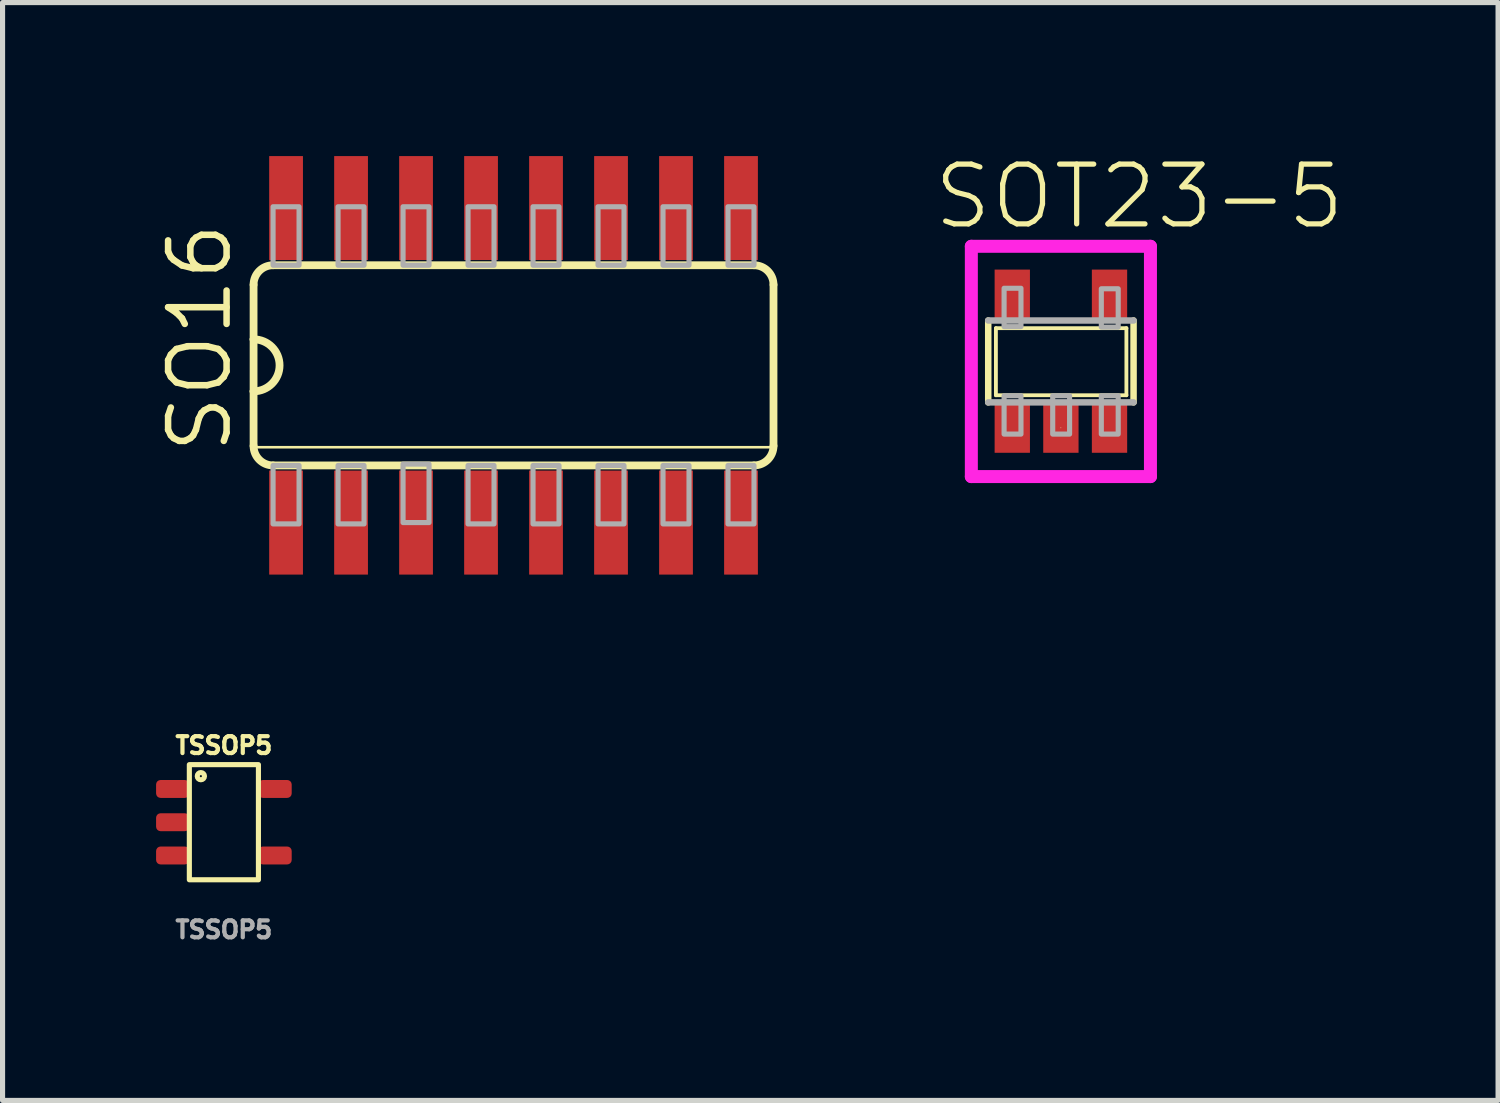
<source format=kicad_pcb>
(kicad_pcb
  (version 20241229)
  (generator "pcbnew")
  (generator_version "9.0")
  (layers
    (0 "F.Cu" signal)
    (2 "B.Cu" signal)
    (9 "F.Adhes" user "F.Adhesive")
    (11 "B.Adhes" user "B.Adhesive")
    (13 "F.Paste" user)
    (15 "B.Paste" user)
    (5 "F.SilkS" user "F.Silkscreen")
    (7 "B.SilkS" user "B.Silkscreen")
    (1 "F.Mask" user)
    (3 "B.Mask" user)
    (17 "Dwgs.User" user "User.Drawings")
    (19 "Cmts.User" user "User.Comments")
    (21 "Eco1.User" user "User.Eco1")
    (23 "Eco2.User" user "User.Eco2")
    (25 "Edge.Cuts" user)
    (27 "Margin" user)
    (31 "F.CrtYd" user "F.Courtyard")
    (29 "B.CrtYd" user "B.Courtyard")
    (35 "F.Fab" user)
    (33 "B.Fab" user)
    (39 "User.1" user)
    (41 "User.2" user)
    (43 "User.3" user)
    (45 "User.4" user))
  (footprint "SOT23-5"
    (layer "F.Cu")
    (at 17.681 4.013)
    (property "Reference" "SOT23-5" (at -2.54 -2.54 0) (layer "F.SilkS") (effects (font (size 1.168 1.168) (thickness 0.102)) (justify left bottom)))
    (fp_line (start -1.42 0.8) (end -1.42 -0.8) (stroke (width 0.127) (type solid)) (layer "F.SilkS"))
    (fp_line (start -1.27 -0.65) (end 1.28 -0.65) (stroke (width 0.075) (type solid)) (layer "F.SilkS"))
    (fp_line (start -1.27 0.66) (end -1.27 -0.65) (stroke (width 0.075) (type solid)) (layer "F.SilkS"))
    (fp_line (start 0 1.29) (end 0 1.3) (stroke (width 0.01) (type solid)) (layer "F.SilkS"))
    (fp_line (start 1.28 -0.65) (end 1.28 0.66) (stroke (width 0.075) (type solid)) (layer "F.SilkS"))
    (fp_line (start 1.28 0.66) (end -1.27 0.66) (stroke (width 0.075) (type solid)) (layer "F.SilkS"))
    (fp_line (start 1.42 -0.8) (end 1.42 0.8) (stroke (width 0.127) (type solid)) (layer "F.SilkS"))
    (fp_line (start -1.75 -2.25) (end 1.75 -2.25) (stroke (width 0.254) (type solid)) (layer "F.CrtYd"))
    (fp_line (start -1.75 2.25) (end -1.75 -2.25) (stroke (width 0.254) (type solid)) (layer "F.CrtYd"))
    (fp_line (start 1.75 -2.25) (end 1.75 2.25) (stroke (width 0.254) (type solid)) (layer "F.CrtYd"))
    (fp_line (start 1.75 2.25) (end -1.75 2.25) (stroke (width 0.254) (type solid)) (layer "F.CrtYd"))
    (fp_line (start -1.42 -0.8) (end 1.42 -0.8) (stroke (width 0.127) (type solid)) (layer "F.Fab"))
    (fp_line (start 1.42 0.8) (end -1.42 0.8) (stroke (width 0.127) (type solid)) (layer "F.Fab"))
    (fp_poly (pts (xy -1.11 -0.68) (xy -0.78 -0.68) (xy -0.78 -1.43) (xy -1.11 -1.43)) (stroke (width 0.1) (type default)) (fill no) (layer "F.Fab"))
    (fp_poly (pts (xy -1.11 1.42) (xy -0.78 1.42) (xy -0.78 0.67) (xy -1.11 0.67)) (stroke (width 0.1) (type default)) (fill no) (layer "F.Fab"))
    (fp_poly (pts (xy -0.16 1.42) (xy 0.17 1.42) (xy 0.17 0.67) (xy -0.16 0.67)) (stroke (width 0.1) (type default)) (fill no) (layer "F.Fab"))
    (fp_poly (pts (xy 0.79 -0.67) (xy 1.12 -0.67) (xy 1.12 -1.42) (xy 0.79 -1.42)) (stroke (width 0.1) (type default)) (fill no) (layer "F.Fab"))
    (fp_poly (pts (xy 0.79 1.42) (xy 1.12 1.42) (xy 1.12 0.67) (xy 0.79 0.67)) (stroke (width 0.1) (type default)) (fill no) (layer "F.Fab"))
    (pad "1" smd rect (at -0.95 1.29) (size 0.69 0.99) (layers "F.Cu" "F.Mask" "F.Paste"))
    (pad "2" smd rect (at 0 1.29) (size 0.69 0.99) (layers "F.Cu" "F.Mask" "F.Paste"))
    (pad "3" smd rect (at 0.95 1.29) (size 0.69 0.99) (layers "F.Cu" "F.Mask" "F.Paste"))
    (pad "4" smd rect (at 0.95 -1.3) (size 0.69 0.99) (layers "F.Cu" "F.Mask" "F.Paste"))
    (pad "5" smd rect (at -0.95 -1.3) (size 0.69 0.99) (layers "F.Cu" "F.Mask" "F.Paste")))
  (footprint "TSSOP5"
    (layer "F.Cu")
    (at 1.325 13.017)
    (property "Reference" "TSSOP5" (at 0 -1.5 0) (unlocked yes) (layer "F.SilkS") (effects (font (size 0.33 0.33) (thickness 0.083))))
    (attr smd)
    (fp_rect (start -0.675 -1.125) (end 0.675 1.125) (stroke (width 0.1) (type default)) (fill no) (layer "F.SilkS"))
    (fp_circle (center -0.45 -0.9) (end -0.4 -0.85) (stroke (width 0.1) (type default)) (fill no) (layer "F.SilkS"))
    (fp_text user "${REFERENCE}" (at 0 2.1 0) (unlocked yes) (layer "F.Fab") (effects (font (size 0.33 0.33) (thickness 0.083))))
    (pad "1" smd roundrect (at -1 -0.65) (size 0.65 0.35) (layers "F.Cu" "F.Mask" "F.Paste") (roundrect_rratio 0.25))
    (pad "2" smd roundrect (at -1 0) (size 0.65 0.35) (layers "F.Cu" "F.Mask" "F.Paste") (roundrect_rratio 0.25))
    (pad "3" smd roundrect (at -1 0.65) (size 0.65 0.35) (layers "F.Cu" "F.Mask" "F.Paste") (roundrect_rratio 0.25))
    (pad "4" smd roundrect (at 1 0.65) (size 0.65 0.35) (layers "F.Cu" "F.Mask" "F.Paste") (roundrect_rratio 0.25))
    (pad "5" smd roundrect (at 1 -0.65) (size 0.65 0.35) (layers "F.Cu" "F.Mask" "F.Paste") (roundrect_rratio 0.25)))
  (footprint "SO16"
    (layer "F.Cu")
    (at 6.985 4.089)
    (property "Reference" "SO16" (at -5.461 1.778 90) (layer "F.SilkS") (effects (font (size 1.143 1.143) (thickness 0.127)) (justify left bottom)))
    (fp_line (start -5.08 -1.575) (end -5.08 -0.508) (stroke (width 0.152) (type solid)) (layer "F.SilkS"))
    (fp_line (start -5.08 -0.508) (end -5.08 0.508) (stroke (width 0.152) (type solid)) (layer "F.SilkS"))
    (fp_line (start -5.08 0.508) (end -5.08 1.575) (stroke (width 0.152) (type solid)) (layer "F.SilkS"))
    (fp_line (start -5.08 1.6) (end 5.08 1.6) (stroke (width 0.051) (type solid)) (layer "F.SilkS"))
    (fp_line (start -4.699 1.956) (end 4.699 1.956) (stroke (width 0.152) (type solid)) (layer "F.SilkS"))
    (fp_line (start 4.699 -1.956) (end -4.699 -1.956) (stroke (width 0.152) (type solid)) (layer "F.SilkS"))
    (fp_line (start 5.08 1.575) (end 5.08 -1.575) (stroke (width 0.152) (type solid)) (layer "F.SilkS"))
    (fp_arc (start -5.08 -1.5748) (mid -4.968408 -1.844208) (end -4.699 -1.9558) (stroke (width 0.1524) (type solid)) (layer "F.SilkS"))
    (fp_arc (start -5.08 -0.508) (mid -4.572 0) (end -5.08 0.508) (stroke (width 0.1524) (type solid)) (layer "F.SilkS"))
    (fp_arc (start -4.699 1.9558) (mid -4.968408 1.844208) (end -5.08 1.5748) (stroke (width 0.1524) (type solid)) (layer "F.SilkS"))
    (fp_arc (start 4.699 -1.9558) (mid 4.968408 -1.844208) (end 5.08 -1.5748) (stroke (width 0.1524) (type solid)) (layer "F.SilkS"))
    (fp_arc (start 5.08 1.5748) (mid 4.968408 1.844208) (end 4.699 1.9558) (stroke (width 0.1524) (type solid)) (layer "F.SilkS"))
    (fp_poly (pts (xy -4.699 -1.956) (xy -4.191 -1.956) (xy -4.191 -3.099) (xy -4.699 -3.099)) (stroke (width 0.1) (type default)) (fill no) (layer "F.Fab"))
    (fp_poly (pts (xy -4.699 3.099) (xy -4.191 3.099) (xy -4.191 1.956) (xy -4.699 1.956)) (stroke (width 0.1) (type default)) (fill no) (layer "F.Fab"))
    (fp_poly (pts (xy -3.429 -1.956) (xy -2.921 -1.956) (xy -2.921 -3.099) (xy -3.429 -3.099)) (stroke (width 0.1) (type default)) (fill no) (layer "F.Fab"))
    (fp_poly (pts (xy -3.429 3.099) (xy -2.921 3.099) (xy -2.921 1.956) (xy -3.429 1.956)) (stroke (width 0.1) (type default)) (fill no) (layer "F.Fab"))
    (fp_poly (pts (xy -2.159 -1.956) (xy -1.651 -1.956) (xy -1.651 -3.099) (xy -2.159 -3.099)) (stroke (width 0.1) (type default)) (fill no) (layer "F.Fab"))
    (fp_poly (pts (xy -2.159 3.073) (xy -1.651 3.073) (xy -1.651 1.93) (xy -2.159 1.93)) (stroke (width 0.1) (type default)) (fill no) (layer "F.Fab"))
    (fp_poly (pts (xy -0.889 -1.956) (xy -0.381 -1.956) (xy -0.381 -3.099) (xy -0.889 -3.099)) (stroke (width 0.1) (type default)) (fill no) (layer "F.Fab"))
    (fp_poly (pts (xy -0.889 3.099) (xy -0.381 3.099) (xy -0.381 1.956) (xy -0.889 1.956)) (stroke (width 0.1) (type default)) (fill no) (layer "F.Fab"))
    (fp_poly (pts (xy 0.381 -1.956) (xy 0.889 -1.956) (xy 0.889 -3.099) (xy 0.381 -3.099)) (stroke (width 0.1) (type default)) (fill no) (layer "F.Fab"))
    (fp_poly (pts (xy 0.381 3.099) (xy 0.889 3.099) (xy 0.889 1.956) (xy 0.381 1.956)) (stroke (width 0.1) (type default)) (fill no) (layer "F.Fab"))
    (fp_poly (pts (xy 1.651 -1.956) (xy 2.159 -1.956) (xy 2.159 -3.099) (xy 1.651 -3.099)) (stroke (width 0.1) (type default)) (fill no) (layer "F.Fab"))
    (fp_poly (pts (xy 1.651 3.099) (xy 2.159 3.099) (xy 2.159 1.956) (xy 1.651 1.956)) (stroke (width 0.1) (type default)) (fill no) (layer "F.Fab"))
    (fp_poly (pts (xy 2.921 -1.956) (xy 3.429 -1.956) (xy 3.429 -3.099) (xy 2.921 -3.099)) (stroke (width 0.1) (type default)) (fill no) (layer "F.Fab"))
    (fp_poly (pts (xy 2.921 3.099) (xy 3.429 3.099) (xy 3.429 1.956) (xy 2.921 1.956)) (stroke (width 0.1) (type default)) (fill no) (layer "F.Fab"))
    (fp_poly (pts (xy 4.191 -1.956) (xy 4.699 -1.956) (xy 4.699 -3.099) (xy 4.191 -3.099)) (stroke (width 0.1) (type default)) (fill no) (layer "F.Fab"))
    (fp_poly (pts (xy 4.191 3.099) (xy 4.699 3.099) (xy 4.699 1.956) (xy 4.191 1.956)) (stroke (width 0.1) (type default)) (fill no) (layer "F.Fab"))
    (pad "1" smd rect (at -4.445 3.073) (size 0.66 2.032) (layers "F.Cu" "F.Mask" "F.Paste"))
    (pad "2" smd rect (at -3.175 3.073) (size 0.66 2.032) (layers "F.Cu" "F.Mask" "F.Paste"))
    (pad "3" smd rect (at -1.905 3.073) (size 0.66 2.032) (layers "F.Cu" "F.Mask" "F.Paste"))
    (pad "4" smd rect (at -0.635 3.073) (size 0.66 2.032) (layers "F.Cu" "F.Mask" "F.Paste"))
    (pad "5" smd rect (at 0.635 3.073) (size 0.66 2.032) (layers "F.Cu" "F.Mask" "F.Paste"))
    (pad "6" smd rect (at 1.905 3.073) (size 0.66 2.032) (layers "F.Cu" "F.Mask" "F.Paste"))
    (pad "7" smd rect (at 3.175 3.073) (size 0.66 2.032) (layers "F.Cu" "F.Mask" "F.Paste"))
    (pad "8" smd rect (at 4.445 3.073) (size 0.66 2.032) (layers "F.Cu" "F.Mask" "F.Paste"))
    (pad "9" smd rect (at 4.445 -3.073) (size 0.66 2.032) (layers "F.Cu" "F.Mask" "F.Paste"))
    (pad "10" smd rect (at 3.175 -3.073) (size 0.66 2.032) (layers "F.Cu" "F.Mask" "F.Paste"))
    (pad "11" smd rect (at 1.905 -3.073) (size 0.66 2.032) (layers "F.Cu" "F.Mask" "F.Paste"))
    (pad "12" smd rect (at 0.635 -3.073) (size 0.66 2.032) (layers "F.Cu" "F.Mask" "F.Paste"))
    (pad "13" smd rect (at -0.635 -3.073) (size 0.66 2.032) (layers "F.Cu" "F.Mask" "F.Paste"))
    (pad "14" smd rect (at -1.905 -3.073) (size 0.66 2.032) (layers "F.Cu" "F.Mask" "F.Paste"))
    (pad "15" smd rect (at -3.175 -3.073) (size 0.66 2.032) (layers "F.Cu" "F.Mask" "F.Paste"))
    (pad "16" smd rect (at -4.445 -3.073) (size 0.66 2.032) (layers "F.Cu" "F.Mask" "F.Paste")))
  (gr_rect
    (start -3 -3)
    (end 26.224 18.454)
    (stroke (width 0.1) (type default))
    (fill no)
    (layer "Edge.Cuts")))
</source>
